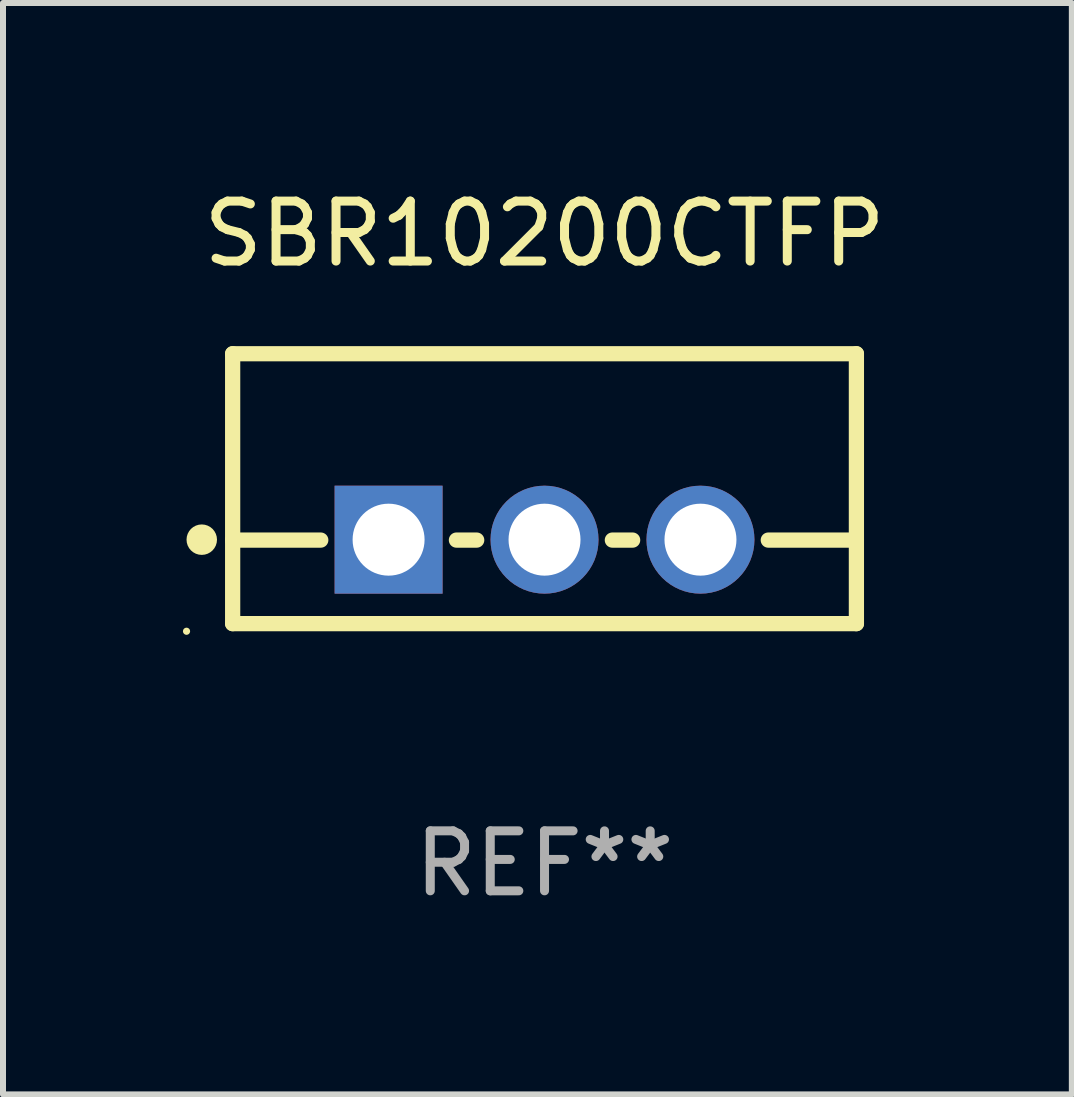
<source format=kicad_pcb>
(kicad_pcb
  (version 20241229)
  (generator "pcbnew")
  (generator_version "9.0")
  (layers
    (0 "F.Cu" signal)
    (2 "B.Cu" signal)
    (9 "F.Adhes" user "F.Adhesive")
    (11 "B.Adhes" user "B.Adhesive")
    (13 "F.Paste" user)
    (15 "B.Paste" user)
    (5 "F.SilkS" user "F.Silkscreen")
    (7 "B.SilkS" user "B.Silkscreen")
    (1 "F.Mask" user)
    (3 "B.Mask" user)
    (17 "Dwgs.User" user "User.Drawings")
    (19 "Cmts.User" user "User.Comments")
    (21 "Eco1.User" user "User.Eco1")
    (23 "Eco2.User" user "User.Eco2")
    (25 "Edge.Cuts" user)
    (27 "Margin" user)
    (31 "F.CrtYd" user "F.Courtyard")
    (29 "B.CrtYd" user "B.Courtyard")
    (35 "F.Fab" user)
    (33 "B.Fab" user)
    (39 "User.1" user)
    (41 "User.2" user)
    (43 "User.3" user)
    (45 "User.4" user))
  (footprint "SBR10200CTFP"
    (layer "F.Cu")
    (at 6.029 5.098)
    (property "Reference" "SBR10200CTFP" (at 0 -4.25 0) (layer "F.SilkS") (effects (font (size 1 1) (thickness 0.15))))
    (attr through_hole)
    (fp_line (start -5.2 -2.25) (end -5.2 2.25) (stroke (width 0.254) (type solid)) (layer "F.SilkS"))
    (fp_line (start -5.2 -2.25) (end 5.2 -2.25) (stroke (width 0.254) (type solid)) (layer "F.SilkS"))
    (fp_line (start -5.2 0.857) (end -3.731 0.857) (stroke (width 0.254) (type solid)) (layer "F.SilkS"))
    (fp_line (start -5.2 2.25) (end 5.2 2.25) (stroke (width 0.254) (type solid)) (layer "F.SilkS"))
    (fp_line (start -1.469 0.857) (end -1.131 0.857) (stroke (width 0.254) (type solid)) (layer "F.SilkS"))
    (fp_line (start 1.131 0.857) (end 1.469 0.857) (stroke (width 0.254) (type solid)) (layer "F.SilkS"))
    (fp_line (start 3.731 0.857) (end 5.2 0.857) (stroke (width 0.254) (type solid)) (layer "F.SilkS"))
    (fp_line (start 5.2 -2.25) (end 5.2 2.25) (stroke (width 0.254) (type solid)) (layer "F.SilkS"))
    (fp_circle (center -5.969 2.377) (end -5.939 2.377) (stroke (width 0.06) (type solid)) (fill no) (layer "F.SilkS"))
    (fp_circle (center -5.715 0.85) (end -5.588 0.85) (stroke (width 0.254) (type solid)) (fill no) (layer "F.SilkS"))
    (fp_text user "REF**" (at 0 6.25 0) (layer "F.Fab") (effects (font (size 1 1) (thickness 0.15))))
    (pad "1" thru_hole rect (at -2.6 0.85) (size 1.8 1.8) (drill 1.2) (layers "*.Cu" "*.Mask"))
    (pad "2" thru_hole circle (at 0 0.85) (size 1.8 1.8) (drill 1.2) (layers "*.Cu" "*.Mask"))
    (pad "3" thru_hole circle (at 2.6 0.85) (size 1.8 1.8) (drill 1.2) (layers "*.Cu" "*.Mask")))
  (gr_rect
    (start -3 -3)
    (end 14.821 15.197)
    (stroke (width 0.1) (type default))
    (fill no)
    (layer "Edge.Cuts")))
</source>
